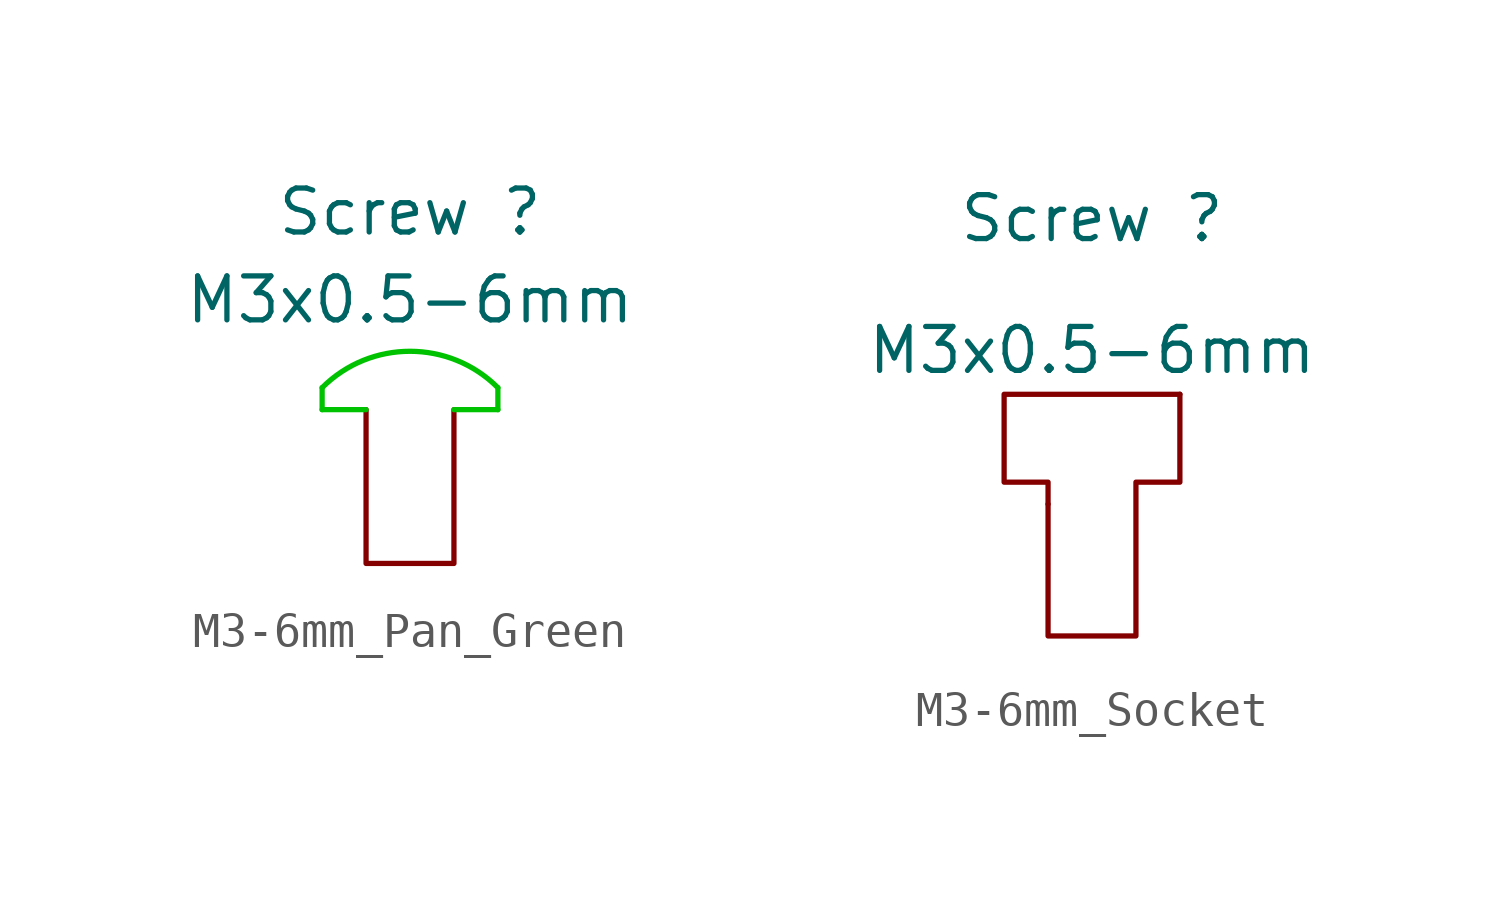
<source format=kicad_sym>
(kicad_symbol_lib
  (version 20220914)
  (generator kicad_symbol_editor)
  (symbol "M3-6mm_Pan_Green"
    (pin_numbers hide)
    (pin_names
      (offset 0) hide)
    (property "Reference" "Screw "
      (at 0 10.795 0)
      (effects (font (size 1.27 1.27))))
    (property "Value" "M3x0.5-6mm"
      (at 0 8.255 0)
      (effects (font (size 1.27 1.27))))
    (symbol "M3-6mm_Pan_Green_0_1"
      (polyline (pts (xy -1.27 5.08) (xy -1.27 0.635) (xy 1.27 0.635) (xy 1.27 5.08) (xy 1.27 5.08) (xy 1.27 5.08)) (stroke (width 0) (type default)) (fill (type none))))
    (symbol "M3-6mm_Pan_Green_1_1"
      (polyline (pts (xy -2.54 5.08) (xy -2.54 5.715)) (stroke (width 0) (type default) (color 0 194 0 1)) (fill (type none)))
      (polyline (pts (xy -1.27 5.08) (xy -2.54 5.08)) (stroke (width 0) (type default) (color 0 194 0 1)) (fill (type none)))
      (polyline (pts (xy 1.27 5.08) (xy 2.54 5.08)) (stroke (width 0) (type default) (color 0 194 0 1)) (fill (type none)))
      (polyline (pts (xy 2.54 5.08) (xy 2.54 5.715)) (stroke (width 0) (type default) (color 0 194 0 1)) (fill (type none)))
      (arc (start 2.54 5.715) (mid 0 6.7671) (end -2.54 5.715) (stroke (width 0) (type default) (color 0 194 0 1)) (fill (type none)))))
  (symbol "M3-6mm_Socket"
    (pin_numbers hide)
    (pin_names
      (offset 0) hide)
    (property "Reference" "Screw "
      (at 0 12.7 0)
      (effects (font (size 1.27 1.27))))
    (property "Value" "M3x0.5-6mm"
      (at 0 8.89 0)
      (effects (font (size 1.27 1.27))))
    (symbol "M3-6mm_Socket_0_1"
      (polyline (pts (xy -1.27 4.445) (xy -1.27 5.08) (xy -2.54 5.08) (xy -2.54 7.62) (xy 2.54 7.62)) (stroke (width 0) (type default)) (fill (type none)))
      (polyline (pts (xy -1.27 4.445) (xy -1.27 0.635) (xy 1.27 0.635) (xy 1.27 5.08) (xy 2.54 5.08) (xy 2.54 7.62)) (stroke (width 0) (type default)) (fill (type none))))))
</source>
